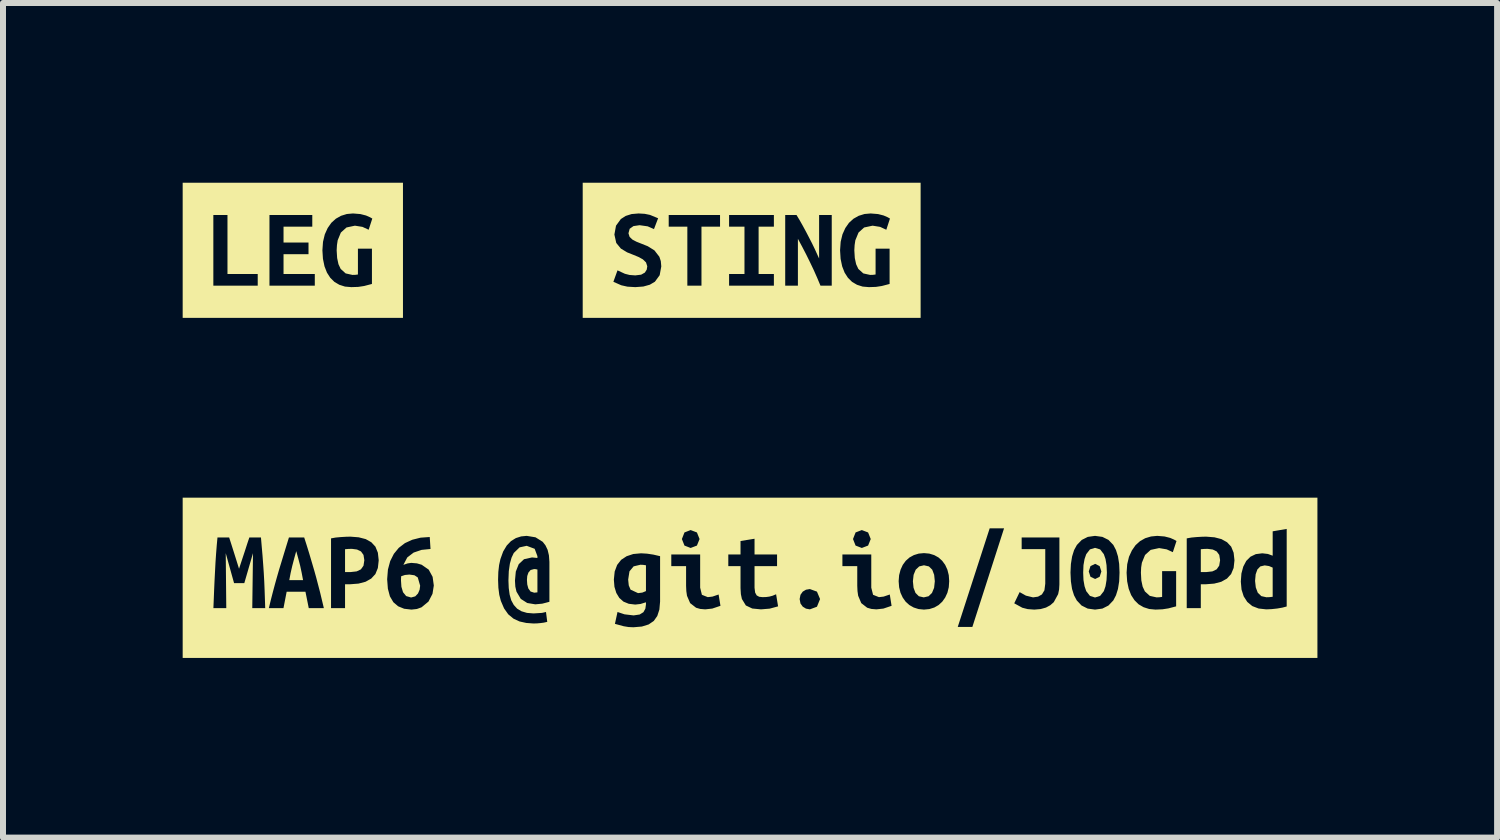
<source format=kicad_pcb>
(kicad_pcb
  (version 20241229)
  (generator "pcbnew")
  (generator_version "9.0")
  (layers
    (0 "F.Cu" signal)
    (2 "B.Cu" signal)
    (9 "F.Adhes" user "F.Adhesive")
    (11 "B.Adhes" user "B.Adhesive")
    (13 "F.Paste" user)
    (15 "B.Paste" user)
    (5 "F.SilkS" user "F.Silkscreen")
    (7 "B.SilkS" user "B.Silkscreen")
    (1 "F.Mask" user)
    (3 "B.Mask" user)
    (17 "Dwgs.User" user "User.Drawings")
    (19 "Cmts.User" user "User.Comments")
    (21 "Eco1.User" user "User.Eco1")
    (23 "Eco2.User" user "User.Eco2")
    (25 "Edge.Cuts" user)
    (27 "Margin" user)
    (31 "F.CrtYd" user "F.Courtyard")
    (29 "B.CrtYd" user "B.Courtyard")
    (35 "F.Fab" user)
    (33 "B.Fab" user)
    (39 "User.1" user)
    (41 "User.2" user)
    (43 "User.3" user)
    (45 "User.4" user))
  (footprint "label_sting"
    (layer "F.Cu")
    (at 9.5 1.129)
    (property "Reference" "label_sting" (at 0 -1.128 0) (layer "F.SilkS") (effects (font (size 0.001 0.001) (thickness 0.000003))))
    (attr exclude_from_pos_files exclude_from_bom)
    (fp_poly (pts (xy -2.309 -1.128) (xy -2.184 -0.522) (xy -2.103 -0.574) (xy -2.005 -0.605) (xy -1.888 -0.615) (xy -1.786 -0.609) (xy -1.698 -0.591) (xy -1.562 -0.535) (xy -1.631 -0.354) (xy -1.736 -0.4) (xy -1.871 -0.419) (xy -1.974 -0.404) (xy -2.037 -0.359) (xy -2.057 -0.284) (xy -2.038 -0.224) (xy -1.99 -0.178) (xy -1.923 -0.143) (xy -1.85 -0.114) (xy -1.735 -0.068) (xy -1.624 0.001) (xy -1.541 0.108) (xy -1.074 0.591) (xy -1.074 -0.394) (xy -1.385 -0.394) (xy -1.385 -0.589) (xy -0.528 -0.589) (xy -0.528 -0.394) (xy -0.838 -0.394) (xy -0.838 0.591) (xy -1.074 0.591) (xy -1.541 0.108) (xy -1.517 0.18) (xy -1.509 0.269) (xy -1.536 0.416) (xy -1.616 0.525) (xy -1.701 0.575) (xy -1.809 0.605) (xy -1.943 0.615) (xy -2.075 0.607) (xy -2.177 0.584) (xy -2.309 0.526) (xy -2.24 0.335) (xy -2.117 0.392) (xy -2.038 0.412) (xy -1.943 0.419) (xy -1.845 0.407) (xy -1.783 0.372) (xy -1.752 0.323) (xy -1.743 0.267) (xy -1.764 0.202) (xy -1.817 0.151) (xy -1.89 0.111) (xy -1.97 0.078) (xy -2.08 0.034) (xy -2.184 -0.029) (xy -2.261 -0.123) (xy -2.292 -0.263) (xy -2.265 -0.411) (xy -2.184 -0.522) (xy -2.309 -1.128) (xy -2.821 -1.128) (xy -2.821 1.128) (xy -0.377 0.591) (xy -0.377 0.396) (xy -0.12 0.396) (xy -0.12 -0.394) (xy -0.377 -0.394) (xy -0.377 -0.589) (xy 0.371 -0.589) (xy 0.371 -0.394) (xy 0.116 -0.394) (xy 0.116 0.396) (xy 0.371 0.396) (xy 0.371 0.591) (xy -0.377 0.591) (xy -2.821 1.128) (xy -2.309 1.128) (xy 1.149 0.591) (xy 1.094 0.46) (xy 1.036 0.329) (xy 0.974 0.199) (xy 0.91 0.069) (xy 0.842 -0.062) (xy 0.772 -0.192) (xy 0.772 0.591) (xy 0.56 0.591) (xy 0.56 -0.589) (xy 0.749 -0.589) (xy 0.802 -0.501) (xy 0.855 -0.407) (xy 0.908 -0.309) (xy 0.959 -0.211) (xy 1.008 -0.116) (xy 1.053 -0.023) (xy 1.092 0.063) (xy 1.126 0.137) (xy 1.126 -0.589) (xy 1.337 -0.589) (xy 1.337 0.591) (xy 1.149 0.591) (xy -2.309 1.128) (xy 2.309 1.128) (xy 2.303 0.562) (xy 2.173 0.596) (xy 2.075 0.611) (xy 1.958 0.615) (xy 1.853 0.606) (xy 1.759 0.576) (xy 1.677 0.528) (xy 1.608 0.46) (xy 1.552 0.373) (xy 1.511 0.268) (xy 1.485 0.143) (xy 1.476 0) (xy 1.486 -0.142) (xy 1.516 -0.266) (xy 1.564 -0.372) (xy 1.625 -0.459) (xy 1.7 -0.527) (xy 1.787 -0.576) (xy 1.884 -0.606) (xy 1.987 -0.615) (xy 2.11 -0.605) (xy 2.204 -0.581) (xy 2.27 -0.552) (xy 2.309 -0.53) (xy 2.248 -0.343) (xy 2.145 -0.391) (xy 2.019 -0.411) (xy 1.878 -0.381) (xy 1.784 -0.296) (xy 1.731 -0.167) (xy 1.719 -0.087) (xy 1.714 0) (xy 1.722 0.129) (xy 1.744 0.232) (xy 1.781 0.311) (xy 1.864 0.386) (xy 1.977 0.411) (xy 2.023 0.41) (xy 2.069 0.404) (xy 2.069 -0.027) (xy 2.303 -0.027) (xy 2.303 0.562) (xy 2.309 1.128) (xy 2.821 1.128) (xy 2.821 -1.128) (xy 2.309 -1.128) (xy -2.309 -1.128)) (stroke (width 0) (type solid)) (fill yes) (layer "F.SilkS")))
  (footprint "label_URL"
    (layer "F.Cu")
    (at 9.473 6.597)
    (property "Reference" "label_URL" (at 0 -1.339 180) (layer "F.SilkS") (effects (font (size 0.001 0.001) (thickness 0.000003))))
    (attr exclude_from_pos_files exclude_from_bom)
    (fp_poly (pts (xy -7.577 -0.445) (xy -7.612 -0.318) (xy -7.643 -0.2) (xy -7.67 -0.083) (xy -7.693 0.039) (xy -7.463 0.039) (xy -7.486 -0.083) (xy -7.511 -0.2) (xy -7.542 -0.318) (xy -7.577 -0.445)) (stroke (width 0) (type solid)) (fill yes) (layer "F.SilkS"))
    (fp_poly (pts (xy -2.035 0.03) (xy -2.025 0.127) (xy -1.995 0.198) (xy -1.87 0.256) (xy -1.798 0.247) (xy -1.738 0.222) (xy -1.738 -0.209) (xy -1.786 -0.216) (xy -1.83 -0.218) (xy -1.944 -0.191) (xy -2.013 -0.108) (xy -2.035 0.03)) (stroke (width 0) (type solid)) (fill yes) (layer "F.SilkS"))
    (fp_poly (pts (xy -6.646 -0.483) (xy -6.704 -0.482) (xy -6.762 -0.477) (xy -6.762 -0.096) (xy -6.667 -0.096) (xy -6.568 -0.107) (xy -6.497 -0.141) (xy -6.454 -0.202) (xy -6.44 -0.294) (xy -6.454 -0.382) (xy -6.496 -0.44) (xy -6.562 -0.472) (xy -6.646 -0.483)) (stroke (width 0) (type solid)) (fill yes) (layer "F.SilkS"))
    (fp_poly (pts (xy -3.725 0.035) (xy -3.72 0.11) (xy -3.702 0.178) (xy -3.665 0.229) (xy -3.603 0.249) (xy -3.55 0.243) (xy -3.55 -0.138) (xy -3.579 -0.144) (xy -3.605 -0.146) (xy -3.664 -0.13) (xy -3.7 -0.088) (xy -3.72 -0.03) (xy -3.725 0.035)) (stroke (width 0) (type solid)) (fill yes) (layer "F.SilkS"))
    (fp_poly (pts (xy 7.642 -0.483) (xy 7.584 -0.482) (xy 7.526 -0.477) (xy 7.526 -0.096) (xy 7.621 -0.096) (xy 7.72 -0.107) (xy 7.79 -0.141) (xy 7.833 -0.202) (xy 7.848 -0.294) (xy 7.834 -0.382) (xy 7.791 -0.44) (xy 7.726 -0.472) (xy 7.642 -0.483)) (stroke (width 0) (type solid)) (fill yes) (layer "F.SilkS"))
    (fp_poly (pts (xy 8.432 0.052) (xy 8.444 0.161) (xy 8.477 0.249) (xy 8.536 0.306) (xy 8.621 0.325) (xy 8.674 0.323) (xy 8.726 0.317) (xy 8.726 -0.17) (xy 8.665 -0.196) (xy 8.593 -0.207) (xy 8.52 -0.19) (xy 8.471 -0.14) (xy 8.442 -0.059) (xy 8.432 0.052)) (stroke (width 0) (type solid)) (fill yes) (layer "F.SilkS"))
    (fp_poly (pts (xy -5.687 -0.054) (xy -5.762 -0.047) (xy -5.825 -0.026) (xy -5.827 0.009) (xy -5.828 0.045) (xy -5.821 0.15) (xy -5.794 0.241) (xy -5.742 0.305) (xy -5.659 0.329) (xy -5.59 0.31) (xy -5.544 0.262) (xy -5.517 0.199) (xy -5.508 0.132) (xy -5.548 -0.006) (xy -5.603 -0.042) (xy -5.687 -0.054)) (stroke (width 0) (type solid)) (fill yes) (layer "F.SilkS"))
    (fp_poly (pts (xy 2.719 0.058) (xy 2.73 0.167) (xy 2.762 0.252) (xy 2.818 0.308) (xy 2.9 0.327) (xy 2.981 0.308) (xy 3.038 0.252) (xy 3.073 0.167) (xy 3.085 0.058) (xy 3.074 -0.05) (xy 3.042 -0.135) (xy 2.986 -0.19) (xy 2.904 -0.209) (xy 2.824 -0.19) (xy 2.766 -0.135) (xy 2.731 -0.05) (xy 2.719 0.058)) (stroke (width 0) (type solid)) (fill yes) (layer "F.SilkS"))
    (fp_poly (pts (xy 5.958 -0.087) (xy 5.866 -0.106) (xy 5.837 -0.017) (xy 5.762 0.02) (xy 5.684 -0.017) (xy 5.655 -0.106) (xy 5.684 -0.195) (xy 5.762 -0.233) (xy 5.837 -0.195) (xy 5.866 -0.106) (xy 5.958 -0.087) (xy 5.952 -0.211) (xy 5.935 -0.313) (xy 5.907 -0.394) (xy 5.845 -0.474) (xy 5.76 -0.5) (xy 5.675 -0.474) (xy 5.613 -0.394) (xy 5.585 -0.313) (xy 5.567 -0.211) (xy 5.562 -0.087) (xy 5.567 0.038) (xy 5.585 0.141) (xy 5.613 0.223) (xy 5.675 0.302) (xy 5.76 0.329) (xy 5.845 0.302) (xy 5.907 0.223) (xy 5.935 0.141) (xy 5.952 0.038) (xy 5.958 -0.087)) (stroke (width 0) (type solid)) (fill yes) (layer "F.SilkS"))
    (fp_poly (pts (xy -8.96 -1.338) (xy -8.697 -0.673) (xy -8.664 -0.571) (xy -8.621 -0.435) (xy -8.575 -0.289) (xy -8.532 -0.151) (xy -8.484 -0.297) (xy -8.436 -0.442) (xy -8.394 -0.572) (xy -8.36 -0.673) (xy -8.166 -0.673) (xy -8.153 -0.521) (xy -8.14 -0.372) (xy -8.129 -0.226) (xy -8.119 -0.082) (xy -8.111 0.062) (xy -8.105 0.208) (xy -8.1 0.355) (xy -8.095 0.506) (xy -8.311 0.506) (xy -8.299 -0.411) (xy -8.444 0.089) (xy -8.615 0.089) (xy -8.754 -0.411) (xy -8.745 0.506) (xy -8.96 0.506) (xy -8.954 0.358) (xy -8.948 0.205) (xy -8.941 0.049) (xy -8.933 -0.106) (xy -8.925 -0.258) (xy -8.915 -0.405) (xy -8.904 -0.544) (xy -8.892 -0.673) (xy -8.697 -0.673) (xy -8.96 -1.338) (xy -9.473 -1.338) (xy -9.473 1.338) (xy -7.368 0.506) (xy -7.423 0.233) (xy -7.737 0.233) (xy -7.79 0.506) (xy -8.034 0.506) (xy -8.001 0.369) (xy -7.967 0.237) (xy -7.933 0.11) (xy -7.899 -0.012) (xy -7.865 -0.13) (xy -7.822 -0.271) (xy -7.78 -0.409) (xy -7.739 -0.543) (xy -7.699 -0.673) (xy -7.444 -0.673) (xy -7.402 -0.542) (xy -7.36 -0.406) (xy -7.319 -0.267) (xy -7.277 -0.124) (xy -7.244 -0.006) (xy -7.212 0.116) (xy -7.179 0.242) (xy -7.148 0.372) (xy -7.116 0.506) (xy -7.368 0.506) (xy -9.473 1.338) (xy -8.96 1.338) (xy -4.107 0.511) (xy -4.161 0.385) (xy -4.187 0.284) (xy -4.202 0.166) (xy -4.207 0.033) (xy -4.203 -0.097) (xy -4.19 -0.212) (xy -4.168 -0.312) (xy -4.122 -0.439) (xy -4.062 -0.539) (xy -3.991 -0.613) (xy -3.91 -0.663) (xy -3.822 -0.691) (xy -3.729 -0.7) (xy -3.582 -0.676) (xy -1.138 -0.647) (xy -1.095 -0.757) (xy -0.992 -0.797) (xy -0.887 -0.757) (xy -0.843 -0.647) (xy -0.887 -0.538) (xy -0.992 -0.498) (xy -1.095 -0.538) (xy -1.138 -0.647) (xy -3.582 -0.676) (xy -3.462 -0.601) (xy -3.416 -0.542) (xy -3.38 -0.467) (xy -3.358 -0.375) (xy -3.35 -0.266) (xy -2.264 0.151) (xy -2.274 0.03) (xy -2.26 -0.105) (xy -2.219 -0.215) (xy -2.152 -0.3) (xy -2.061 -0.36) (xy -1.95 -0.397) (xy -1.82 -0.409) (xy -1.72 -0.403) (xy -1.614 -0.387) (xy -1.502 -0.361) (xy -1.502 0.397) (xy -1.514 0.531) (xy -1.549 0.638) (xy -1.608 0.721) (xy -1.693 0.779) (xy -1.806 0.814) (xy -1.948 0.826) (xy -2.03 0.822) (xy -2.109 0.809) (xy -2.256 0.769) (xy -2.213 0.571) (xy -2.096 0.61) (xy -1.944 0.628) (xy -1.843 0.613) (xy -1.78 0.574) (xy -1.748 0.516) (xy -1.738 0.445) (xy -1.738 0.409) (xy -1.829 0.437) (xy -1.917 0.447) (xy -2.025 0.434) (xy -2.113 0.398) (xy -2.183 0.336) (xy -2.233 0.253) (xy -2.264 0.151) (xy -3.35 -0.266) (xy -3.35 0.401) (xy -3.469 0.432) (xy -3.586 0.443) (xy -3.72 0.421) (xy -3.828 0.352) (xy -3.9 0.231) (xy -3.919 0.147) (xy -3.925 0.047) (xy -3.911 -0.104) (xy -3.862 -0.227) (xy -3.774 -0.31) (xy -3.64 -0.34) (xy -3.55 -0.331) (xy -3.55 -0.361) (xy -3.596 -0.484) (xy -3.729 -0.534) (xy -3.848 -0.508) (xy -3.945 -0.414) (xy -3.982 -0.336) (xy -4.01 -0.236) (xy -4.028 -0.11) (xy -4.034 0.045) (xy -4.029 0.17) (xy -4.014 0.281) (xy -3.987 0.376) (xy -3.945 0.453) (xy -3.889 0.515) (xy -3.816 0.559) (xy -3.725 0.586) (xy -3.615 0.595) (xy -3.474 0.586) (xy -3.407 0.571) (xy -3.386 0.736) (xy -3.445 0.749) (xy -3.499 0.756) (xy -3.553 0.761) (xy -3.615 0.763) (xy -3.736 0.754) (xy -3.849 0.729) (xy -3.95 0.682) (xy -4.037 0.61) (xy -4.107 0.511) (xy -8.96 1.338) (xy 8.96 1.338) (xy -0.494 0.468) (xy -0.631 0.514) (xy -0.748 0.527) (xy -0.832 0.52) (xy -0.901 0.5) (xy -1 0.423) (xy -1.053 0.3) (xy -1.064 0.222) (xy -1.068 0.134) (xy -1.068 -0.195) (xy -1.315 -0.195) (xy -1.315 -0.39) (xy -0.833 -0.39) (xy -0.363 -0.195) (xy -0.363 -0.39) (xy -0.159 -0.39) (xy -0.159 -0.614) (xy 0.075 -0.652) (xy 1.719 -0.647) (xy 1.762 -0.757) (xy 1.866 -0.797) (xy 1.971 -0.757) (xy 2.015 -0.647) (xy 1.971 -0.538) (xy 1.866 -0.498) (xy 1.762 -0.538) (xy 1.719 -0.647) (xy 0.075 -0.652) (xy 0.075 -0.39) (xy 0.451 -0.39) (xy 0.451 -0.195) (xy 1.805 0.3) (xy 1.794 0.222) (xy 1.79 0.134) (xy 1.79 -0.195) (xy 1.542 -0.195) (xy 1.542 -0.39) (xy 2.024 -0.39) (xy 2.513 -0.135) (xy 2.55 -0.216) (xy 2.6 -0.284) (xy 2.662 -0.339) (xy 2.735 -0.379) (xy 2.816 -0.404) (xy 2.904 -0.412) (xy 2.993 -0.404) (xy 3.075 -0.379) (xy 3.147 -0.339) (xy 3.208 -0.284) (xy 3.258 -0.216) (xy 3.295 -0.135) (xy 3.318 -0.044) (xy 3.325 0.056) (xy 3.318 0.158) (xy 3.295 0.25) (xy 3.258 0.33) (xy 3.209 0.399) (xy 3.148 0.455) (xy 3.077 0.496) (xy 2.995 0.522) (xy 2.904 0.531) (xy 2.813 0.522) (xy 2.732 0.496) (xy 2.66 0.455) (xy 2.598 0.399) (xy 2.549 0.33) (xy 2.512 0.25) (xy 2.489 0.158) (xy 2.481 0.056) (xy 2.489 -0.044) (xy 2.513 -0.135) (xy 2.024 -0.39) (xy 2.024 0.165) (xy 2.054 0.284) (xy 2.152 0.323) (xy 2.23 0.314) (xy 2.333 0.279) (xy 2.363 0.468) (xy 2.227 0.514) (xy 2.11 0.527) (xy 2.026 0.52) (xy 1.956 0.5) (xy 1.857 0.423) (xy 1.805 0.3) (xy 0.451 -0.195) (xy 0.075 -0.195) (xy 0.075 0.167) (xy 0.085 0.247) (xy 0.111 0.294) (xy 0.153 0.317) (xy 0.209 0.323) (xy 0.269 0.321) (xy 0.322 0.314) (xy 0.375 0.3) (xy 0.435 0.275) (xy 0.828 0.355) (xy 0.842 0.284) (xy 0.88 0.231) (xy 0.934 0.199) (xy 0.999 0.188) (xy 1.117 0.231) (xy 1.169 0.355) (xy 1.117 0.483) (xy 0.999 0.527) (xy 0.934 0.515) (xy 0.88 0.482) (xy 0.842 0.429) (xy 0.828 0.355) (xy 0.435 0.275) (xy 0.468 0.477) (xy 0.328 0.515) (xy 0.182 0.527) (xy 0.037 0.513) (xy -0.07 0.462) (xy -0.136 0.354) (xy -0.153 0.274) (xy -0.159 0.172) (xy -0.159 -0.195) (xy -0.363 -0.195) (xy -0.833 -0.39) (xy -0.833 0.165) (xy -0.804 0.284) (xy -0.706 0.323) (xy -0.628 0.314) (xy -0.525 0.279) (xy -0.494 0.468) (xy 8.96 1.338) (xy 9.473 1.338) (xy 3.712 0.82) (xy 3.468 0.82) (xy 4.001 -0.826) (xy 4.241 -0.826) (xy 4.929 0.098) (xy 4.929 -0.479) (xy 4.535 -0.479) (xy 4.535 -0.673) (xy 5.165 -0.673) (xy 5.165 0.111) (xy 5.376 0.186) (xy 5.357 0.06) (xy 5.35 -0.087) (xy 5.357 -0.231) (xy 5.377 -0.356) (xy 5.41 -0.462) (xy 5.457 -0.548) (xy 5.538 -0.632) (xy 5.639 -0.683) (xy 5.76 -0.7) (xy 5.883 -0.683) (xy 5.984 -0.633) (xy 6.065 -0.549) (xy 6.11 -0.463) (xy 6.143 -0.357) (xy 6.163 -0.232) (xy 6.297 -0.226) (xy 6.327 -0.351) (xy 6.375 -0.456) (xy 6.436 -0.544) (xy 6.511 -0.612) (xy 6.598 -0.661) (xy 6.695 -0.69) (xy 6.798 -0.7) (xy 6.921 -0.69) (xy 7.015 -0.666) (xy 7.081 -0.637) (xy 7.12 -0.614) (xy 7.291 0.506) (xy 7.291 -0.658) (xy 7.369 -0.672) (xy 7.455 -0.68) (xy 7.541 -0.685) (xy 7.615 -0.687) (xy 7.754 -0.676) (xy 7.87 -0.646) (xy 7.964 -0.594) (xy 8.033 -0.52) (xy 8.074 -0.419) (xy 8.088 -0.292) (xy 8.074 -0.164) (xy 8.032 -0.063) (xy 7.963 0.013) (xy 7.868 0.066) (xy 7.75 0.097) (xy 7.61 0.108) (xy 7.526 0.108) (xy 8.242 0.31) (xy 8.206 0.197) (xy 8.194 0.064) (xy 8.204 -0.072) (xy 8.235 -0.187) (xy 8.285 -0.282) (xy 8.355 -0.352) (xy 8.444 -0.395) (xy 8.552 -0.409) (xy 8.646 -0.398) (xy 8.726 -0.369) (xy 8.726 -0.776) (xy 8.96 -0.816) (xy 8.96 0.479) (xy 8.888 0.498) (xy 8.802 0.513) (xy 8.71 0.523) (xy 8.619 0.527) (xy 8.491 0.513) (xy 8.385 0.472) (xy 8.302 0.403) (xy 8.242 0.31) (xy 7.526 0.108) (xy 7.526 0.506) (xy 7.291 0.506) (xy 7.12 -0.614) (xy 7.059 -0.428) (xy 6.956 -0.475) (xy 6.83 -0.496) (xy 6.689 -0.466) (xy 6.595 -0.381) (xy 6.542 -0.251) (xy 6.53 -0.172) (xy 6.526 -0.085) (xy 6.533 0.044) (xy 6.555 0.148) (xy 6.592 0.227) (xy 6.675 0.302) (xy 6.788 0.327) (xy 6.834 0.325) (xy 6.88 0.319) (xy 6.88 -0.111) (xy 7.114 -0.111) (xy 7.114 0.477) (xy 6.984 0.511) (xy 6.886 0.526) (xy 6.769 0.531) (xy 6.664 0.521) (xy 6.57 0.491) (xy 6.488 0.443) (xy 6.419 0.375) (xy 6.363 0.289) (xy 6.322 0.183) (xy 6.296 0.058) (xy 6.287 -0.085) (xy 6.297 -0.226) (xy 6.163 -0.232) (xy 6.169 -0.087) (xy 6.163 0.06) (xy 6.143 0.186) (xy 6.11 0.292) (xy 6.065 0.378) (xy 5.984 0.463) (xy 5.883 0.514) (xy 5.76 0.531) (xy 5.637 0.514) (xy 5.535 0.463) (xy 5.455 0.378) (xy 5.409 0.292) (xy 5.376 0.186) (xy 5.165 0.111) (xy 5.16 0.195) (xy 5.144 0.273) (xy 5.071 0.407) (xy 5.013 0.458) (xy 4.941 0.497) (xy 4.852 0.522) (xy 4.746 0.531) (xy 4.636 0.523) (xy 4.546 0.5) (xy 4.411 0.426) (xy 4.501 0.239) (xy 4.606 0.298) (xy 4.725 0.327) (xy 4.808 0.315) (xy 4.873 0.278) (xy 4.915 0.209) (xy 4.929 0.098) (xy 4.241 -0.826) (xy 3.712 0.82) (xy 9.473 1.338) (xy 9.473 -1.338) (xy -6.672 -0.687) (xy -6.534 -0.676) (xy -6.417 -0.646) (xy -6.324 -0.594) (xy -6.255 -0.52) (xy -6.214 -0.419) (xy -6.2 -0.292) (xy -6.214 -0.164) (xy -6.255 -0.063) (xy -6.059 0.024) (xy -6.046 -0.138) (xy -6.008 -0.279) (xy -5.947 -0.4) (xy -5.865 -0.5) (xy -5.762 -0.579) (xy -5.64 -0.635) (xy -5.501 -0.67) (xy -5.348 -0.681) (xy -5.335 -0.481) (xy -5.484 -0.466) (xy -5.617 -0.421) (xy -5.723 -0.34) (xy -5.788 -0.216) (xy -5.718 -0.24) (xy -5.657 -0.249) (xy -5.562 -0.241) (xy -5.483 -0.218) (xy -5.365 -0.136) (xy -5.3 -0.016) (xy -5.28 0.129) (xy -5.302 0.268) (xy -5.369 0.397) (xy -5.485 0.493) (xy -5.563 0.521) (xy -5.653 0.531) (xy -5.775 0.517) (xy -5.875 0.476) (xy -5.955 0.408) (xy -6.013 0.31) (xy -6.047 0.182) (xy -6.059 0.024) (xy -6.255 -0.063) (xy -6.325 0.013) (xy -6.419 0.066) (xy -6.537 0.097) (xy -6.678 0.108) (xy -6.762 0.108) (xy -6.762 0.506) (xy -6.996 0.506) (xy -6.996 -0.658) (xy -6.919 -0.672) (xy -6.832 -0.68) (xy -6.747 -0.685) (xy -6.672 -0.687) (xy 9.473 -1.338) (xy 8.96 -1.338) (xy -8.96 -1.338)) (stroke (width 0) (type solid)) (fill yes) (layer "F.SilkS")))
  (footprint "label_LEG"
    (layer "F.Cu")
    (at 1.839 1.129)
    (property "Reference" "label_LEG" (at 0 -1.128 0) (layer "F.SilkS") (effects (font (size 0.001 0.001) (thickness 0.000003))))
    (attr exclude_from_pos_files exclude_from_bom)
    (fp_poly (pts (xy -1.327 -1.128) (xy -1.327 -0.589) (xy -1.091 -0.589) (xy -1.091 0.396) (xy -0.586 0.396) (xy -0.39 0.591) (xy -0.39 -0.589) (xy 0.325 -0.589) (xy 0.325 -0.394) (xy -0.155 -0.394) (xy -0.155 -0.13) (xy 0.262 -0.13) (xy 0.262 0.065) (xy -0.155 0.065) (xy -0.155 0.396) (xy 0.367 0.396) (xy 0.367 0.591) (xy -0.39 0.591) (xy -0.586 0.396) (xy -0.586 0.591) (xy -1.327 0.591) (xy -1.327 -0.589) (xy -1.327 -1.128) (xy -1.839 -1.128) (xy -1.839 1.128) (xy -1.327 1.128) (xy 1.327 1.128) (xy 1.321 0.562) (xy 1.191 0.596) (xy 1.093 0.611) (xy 0.976 0.615) (xy 0.871 0.606) (xy 0.777 0.576) (xy 0.695 0.528) (xy 0.626 0.46) (xy 0.57 0.373) (xy 0.529 0.268) (xy 0.503 0.143) (xy 0.494 0) (xy 0.504 -0.142) (xy 0.534 -0.266) (xy 0.582 -0.372) (xy 0.643 -0.459) (xy 0.718 -0.527) (xy 0.805 -0.576) (xy 0.902 -0.606) (xy 1.005 -0.615) (xy 1.128 -0.605) (xy 1.222 -0.581) (xy 1.288 -0.552) (xy 1.327 -0.53) (xy 1.266 -0.343) (xy 1.163 -0.391) (xy 1.037 -0.411) (xy 0.896 -0.381) (xy 0.802 -0.296) (xy 0.749 -0.167) (xy 0.737 -0.087) (xy 0.732 0) (xy 0.74 0.129) (xy 0.762 0.232) (xy 0.799 0.311) (xy 0.882 0.386) (xy 0.995 0.411) (xy 1.041 0.41) (xy 1.087 0.404) (xy 1.087 -0.027) (xy 1.321 -0.027) (xy 1.321 0.562) (xy 1.327 1.128) (xy 1.839 1.128) (xy 1.839 -1.128) (xy 1.327 -1.128) (xy -1.327 -1.128)) (stroke (width 0) (type solid)) (fill yes) (layer "F.SilkS")))
  (gr_rect
    (start -3 -3)
    (end 21.946 10.935)
    (stroke (width 0.1) (type default))
    (fill no)
    (layer "Edge.Cuts")))
</source>
